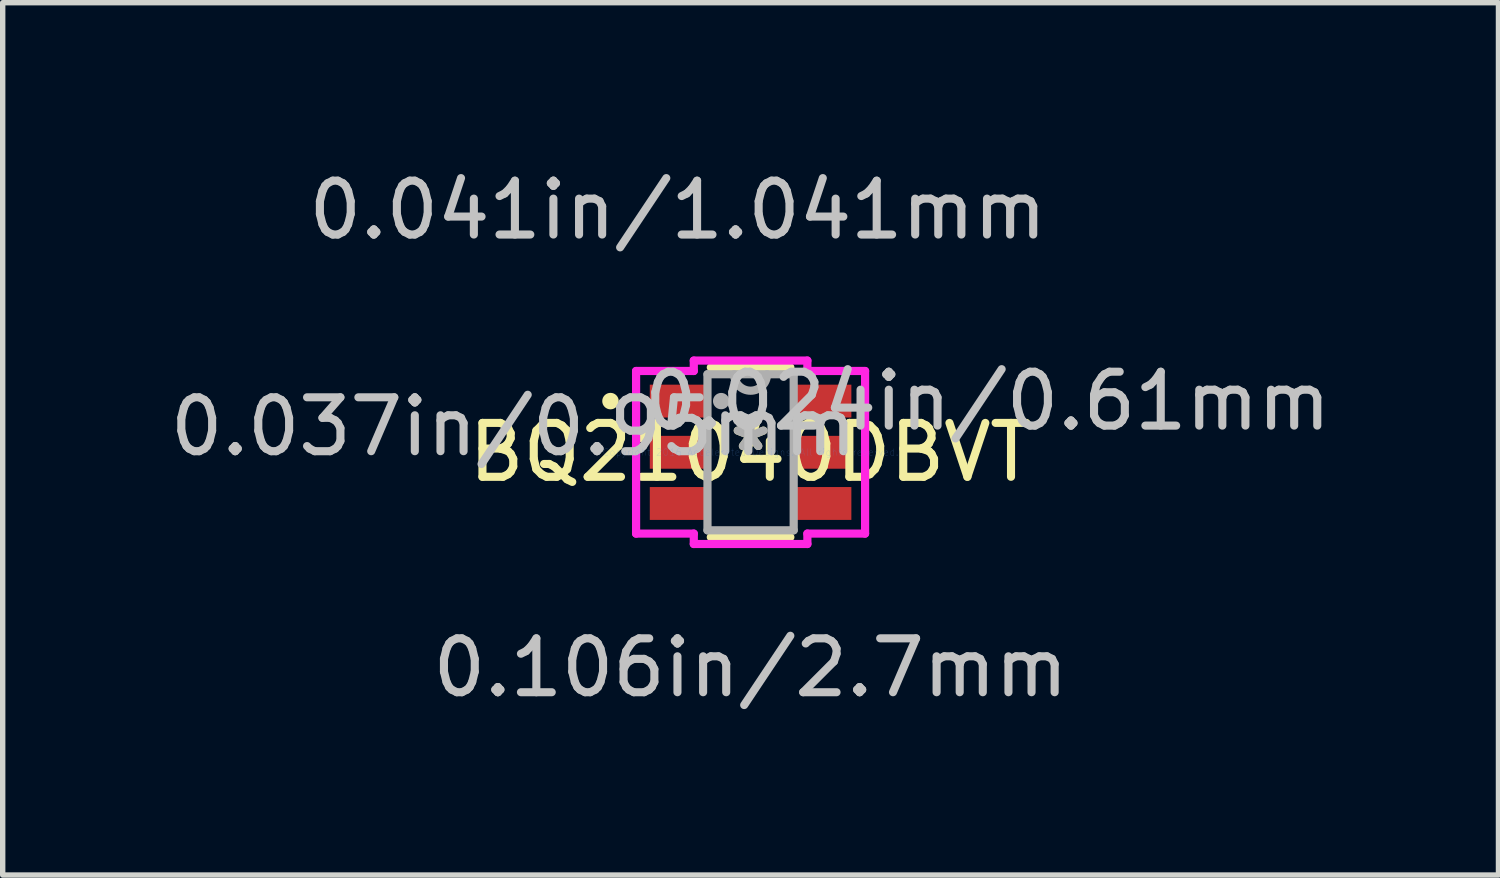
<source format=kicad_pcb>
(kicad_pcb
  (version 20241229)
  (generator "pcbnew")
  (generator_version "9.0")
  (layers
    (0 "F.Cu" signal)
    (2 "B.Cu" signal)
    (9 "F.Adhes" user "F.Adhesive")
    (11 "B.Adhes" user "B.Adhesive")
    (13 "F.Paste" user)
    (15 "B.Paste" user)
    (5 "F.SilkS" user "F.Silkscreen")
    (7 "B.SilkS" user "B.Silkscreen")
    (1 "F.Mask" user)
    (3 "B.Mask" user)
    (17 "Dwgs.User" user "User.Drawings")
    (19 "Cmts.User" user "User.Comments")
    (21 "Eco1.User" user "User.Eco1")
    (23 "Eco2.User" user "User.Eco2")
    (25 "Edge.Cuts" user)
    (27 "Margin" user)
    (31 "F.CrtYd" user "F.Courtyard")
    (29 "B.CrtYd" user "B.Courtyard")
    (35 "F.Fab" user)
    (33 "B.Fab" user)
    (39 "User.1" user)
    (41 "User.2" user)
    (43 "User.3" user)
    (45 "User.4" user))
  (footprint "BQ21040DBVT"
    (layer "F.Cu")
    (at 10.88 5.344)
    (property "Reference" "BQ21040DBVT" (at 0 0 0) (layer "F.SilkS") (effects (font (size 1 1) (thickness 0.15))))
    (attr through_hole)
    (fp_line (start -0.738 1.575) (end 0.738 1.575) (stroke (width 0.152) (type solid)) (layer "F.SilkS"))
    (fp_line (start 0.738 -1.575) (end -0.738 -1.575) (stroke (width 0.152) (type solid)) (layer "F.SilkS"))
    (fp_circle (center -2.6 -0.95) (end -2.523 -0.95) (stroke (width 0.152) (type solid)) (fill no) (layer "F.SilkS"))
    (fp_line (start -2.125 -1.509) (end -1.054 -1.509) (stroke (width 0.152) (type solid)) (layer "F.CrtYd"))
    (fp_line (start -2.125 1.509) (end -2.125 -1.509) (stroke (width 0.152) (type solid)) (layer "F.CrtYd"))
    (fp_line (start -1.054 -1.702) (end 1.054 -1.702) (stroke (width 0.152) (type solid)) (layer "F.CrtYd"))
    (fp_line (start -1.054 -1.509) (end -1.054 -1.702) (stroke (width 0.152) (type solid)) (layer "F.CrtYd"))
    (fp_line (start -1.054 1.509) (end -2.125 1.509) (stroke (width 0.152) (type solid)) (layer "F.CrtYd"))
    (fp_line (start -1.054 1.702) (end -1.054 1.509) (stroke (width 0.152) (type solid)) (layer "F.CrtYd"))
    (fp_line (start 1.054 -1.702) (end 1.054 -1.509) (stroke (width 0.152) (type solid)) (layer "F.CrtYd"))
    (fp_line (start 1.054 -1.509) (end 2.125 -1.509) (stroke (width 0.152) (type solid)) (layer "F.CrtYd"))
    (fp_line (start 1.054 1.509) (end 1.054 1.702) (stroke (width 0.152) (type solid)) (layer "F.CrtYd"))
    (fp_line (start 1.054 1.702) (end -1.054 1.702) (stroke (width 0.152) (type solid)) (layer "F.CrtYd"))
    (fp_line (start 2.125 -1.509) (end 2.125 1.509) (stroke (width 0.152) (type solid)) (layer "F.CrtYd"))
    (fp_line (start 2.125 1.509) (end 1.054 1.509) (stroke (width 0.152) (type solid)) (layer "F.CrtYd"))
    (fp_line (start -0.8 -1.448) (end -0.8 1.448) (stroke (width 0.152) (type solid)) (layer "F.Fab"))
    (fp_line (start -0.8 1.448) (end 0.8 1.448) (stroke (width 0.152) (type solid)) (layer "F.Fab"))
    (fp_line (start 0.8 -1.448) (end -0.8 -1.448) (stroke (width 0.152) (type solid)) (layer "F.Fab"))
    (fp_line (start 0.8 1.448) (end 0.8 -1.448) (stroke (width 0.152) (type solid)) (layer "F.Fab"))
    (fp_arc (start 0.3048 -1.4478) (mid 0 -1.143) (end -0.3048 -1.4478) (stroke (width 0.1524) (type solid)) (layer "F.Fab"))
    (fp_circle (center -0.546 -0.95) (end -0.47 -0.95) (stroke (width 0.152) (type solid)) (fill no) (layer "F.Fab"))
    (fp_text user "*" (at 0 0 0) (layer "F.SilkS") (effects (font (size 1 1) (thickness 0.15))))
    (fp_text user "0.024in/0.61mm" (at 4.398 -0.95 0) (layer "Dwgs.User") (effects (font (size 1 1) (thickness 0.15))))
    (fp_text user "0.041in/1.041mm" (at -1.35 -4.496 0) (layer "Dwgs.User") (effects (font (size 1 1) (thickness 0.15))))
    (fp_text user "0.106in/2.7mm" (at 0 3.998 0) (layer "Dwgs.User") (effects (font (size 1 1) (thickness 0.15))))
    (fp_text user "0.037in/0.95mm" (at -4.398 -0.475 0) (layer "Dwgs.User") (effects (font (size 1 1) (thickness 0.15))))
    (fp_text user "Copyright 2016 Accelerated Designs. All rights reserved." (at 0 0 0) (layer "Cmts.User") (effects (font (size 0.127 0.127) (thickness 0.002))))
    (fp_text user "*" (at 0 0 0) (layer "F.Fab") (effects (font (size 1 1) (thickness 0.15))))
    (pad "1" smd rect (at -1.35 -0.95) (size 1.041 0.61) (layers "F.Cu" "F.Mask" "F.Paste"))
    (pad "2" smd rect (at -1.35 0) (size 1.041 0.61) (layers "F.Cu" "F.Mask" "F.Paste"))
    (pad "3" smd rect (at -1.35 0.95) (size 1.041 0.61) (layers "F.Cu" "F.Mask" "F.Paste"))
    (pad "4" smd rect (at 1.35 0.95) (size 1.041 0.61) (layers "F.Cu" "F.Mask" "F.Paste"))
    (pad "5" smd rect (at 1.35 0) (size 1.041 0.61) (layers "F.Cu" "F.Mask" "F.Paste"))
    (pad "6" smd rect (at 1.35 -0.95) (size 1.041 0.61) (layers "F.Cu" "F.Mask" "F.Paste")))
  (gr_rect
    (start -3 -3)
    (end 24.76 13.19)
    (stroke (width 0.1) (type default))
    (fill no)
    (layer "Edge.Cuts")))
</source>
